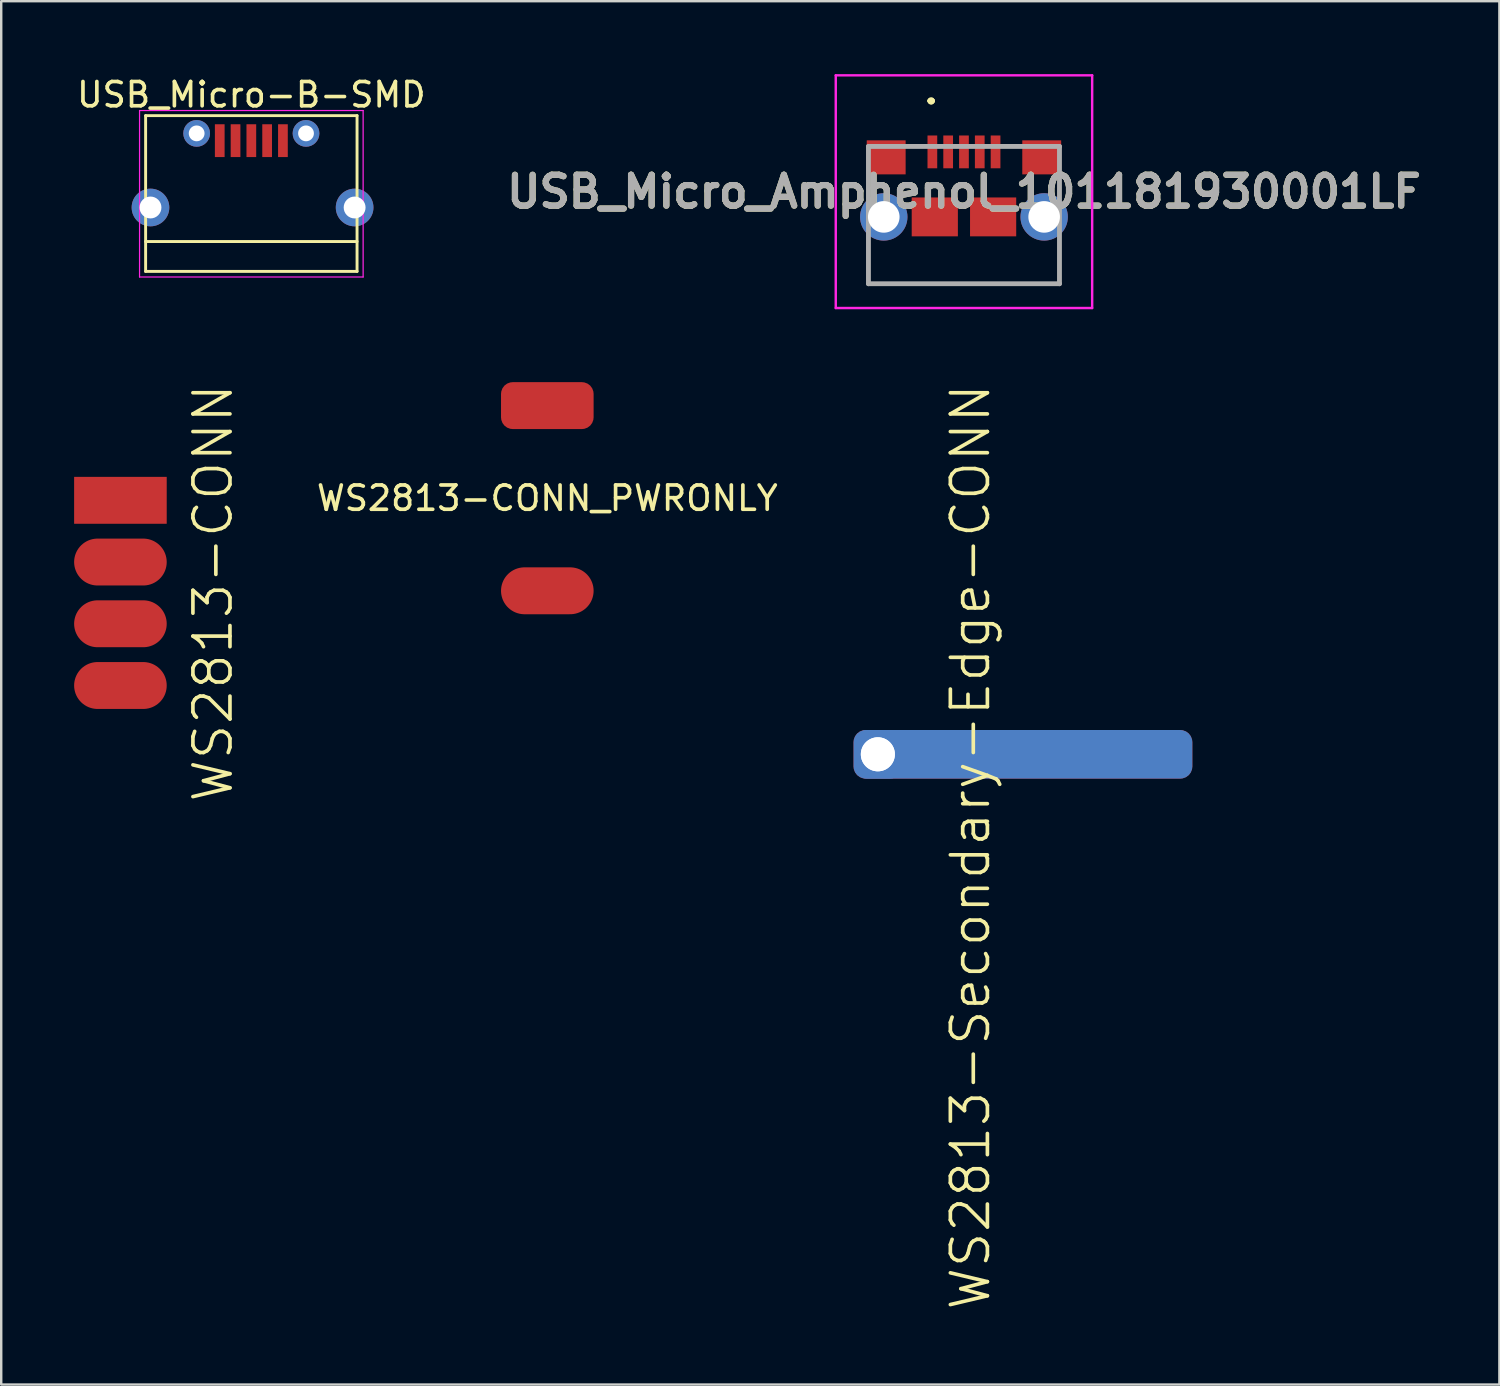
<source format=kicad_pcb>
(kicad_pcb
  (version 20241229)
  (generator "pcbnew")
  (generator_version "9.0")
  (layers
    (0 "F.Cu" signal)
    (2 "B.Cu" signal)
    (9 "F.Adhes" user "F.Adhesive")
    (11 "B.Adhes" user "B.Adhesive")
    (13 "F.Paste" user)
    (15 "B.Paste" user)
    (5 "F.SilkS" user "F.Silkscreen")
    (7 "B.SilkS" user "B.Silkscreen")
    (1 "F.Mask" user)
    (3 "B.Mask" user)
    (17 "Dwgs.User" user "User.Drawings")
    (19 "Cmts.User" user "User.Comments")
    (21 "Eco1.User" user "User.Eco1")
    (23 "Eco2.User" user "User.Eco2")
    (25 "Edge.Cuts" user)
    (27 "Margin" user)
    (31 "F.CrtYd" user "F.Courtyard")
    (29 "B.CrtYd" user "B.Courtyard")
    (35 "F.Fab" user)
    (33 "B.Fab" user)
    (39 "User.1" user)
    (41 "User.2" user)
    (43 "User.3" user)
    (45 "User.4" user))
  (footprint "USB_Micro_Amphenol_101181930001LF"
    (layer "F.Cu")
    (at 36.615 5.8)
    (property "Reference" "USB_Micro_Amphenol_101181930001LF" (at 0 -0.963 0) (layer "F.SilkS") (effects (font (size 1.27 1.27) (thickness 0.254))))
    (attr through_hole)
    (fp_line (start -3.93 2) (end -3.93 2) (stroke (width 0.1) (type solid)) (layer "F.SilkS"))
    (fp_line (start -3.93 2) (end -3.93 2.825) (stroke (width 0.1) (type solid)) (layer "F.SilkS"))
    (fp_line (start -3.93 2.825) (end -3.93 2) (stroke (width 0.1) (type solid)) (layer "F.SilkS"))
    (fp_line (start -3.93 2.825) (end -3.93 2.825) (stroke (width 0.1) (type solid)) (layer "F.SilkS"))
    (fp_line (start -3.93 2.825) (end -3.93 2.825) (stroke (width 0.1) (type solid)) (layer "F.SilkS"))
    (fp_line (start -3.93 2.825) (end 3.93 2.825) (stroke (width 0.1) (type solid)) (layer "F.SilkS"))
    (fp_line (start -1.4 -4.7) (end -1.4 -4.7) (stroke (width 0.2) (type solid)) (layer "F.SilkS"))
    (fp_line (start -1.4 -4.7) (end -1.4 -4.7) (stroke (width 0.2) (type solid)) (layer "F.SilkS"))
    (fp_line (start -1.3 -4.7) (end -1.3 -4.7) (stroke (width 0.2) (type solid)) (layer "F.SilkS"))
    (fp_line (start 3.93 2) (end 3.93 2) (stroke (width 0.1) (type solid)) (layer "F.SilkS"))
    (fp_line (start 3.93 2) (end 3.93 2.825) (stroke (width 0.1) (type solid)) (layer "F.SilkS"))
    (fp_line (start 3.93 2.825) (end -3.93 2.825) (stroke (width 0.1) (type solid)) (layer "F.SilkS"))
    (fp_line (start 3.93 2.825) (end 3.93 2) (stroke (width 0.1) (type solid)) (layer "F.SilkS"))
    (fp_line (start 3.93 2.825) (end 3.93 2.825) (stroke (width 0.1) (type solid)) (layer "F.SilkS"))
    (fp_line (start 3.93 2.825) (end 3.93 2.825) (stroke (width 0.1) (type solid)) (layer "F.SilkS"))
    (fp_arc (start -1.4 -4.7) (mid -1.35 -4.75) (end -1.3 -4.7) (stroke (width 0.2) (type solid)) (layer "F.SilkS"))
    (fp_arc (start -1.3 -4.7) (mid -1.35 -4.65) (end -1.4 -4.7) (stroke (width 0.2) (type solid)) (layer "F.SilkS"))
    (fp_arc (start -1.3 -4.7) (mid -1.35 -4.65) (end -1.4 -4.7) (stroke (width 0.2) (type solid)) (layer "F.SilkS"))
    (fp_line (start -5.275 -5.75) (end 5.275 -5.75) (stroke (width 0.1) (type solid)) (layer "F.CrtYd"))
    (fp_line (start -5.275 3.825) (end -5.275 -5.75) (stroke (width 0.1) (type solid)) (layer "F.CrtYd"))
    (fp_line (start 5.275 -5.75) (end 5.275 3.825) (stroke (width 0.1) (type solid)) (layer "F.CrtYd"))
    (fp_line (start 5.275 3.825) (end -5.275 3.825) (stroke (width 0.1) (type solid)) (layer "F.CrtYd"))
    (fp_line (start -3.93 -2.825) (end -3.93 2.825) (stroke (width 0.2) (type solid)) (layer "F.Fab"))
    (fp_line (start -3.93 2.825) (end 3.93 2.825) (stroke (width 0.2) (type solid)) (layer "F.Fab"))
    (fp_line (start 3.93 -2.825) (end -3.93 -2.825) (stroke (width 0.2) (type solid)) (layer "F.Fab"))
    (fp_line (start 3.93 2.825) (end 3.93 -2.825) (stroke (width 0.2) (type solid)) (layer "F.Fab"))
    (fp_text user "${REFERENCE}" (at 0 -0.963 0) (layer "F.Fab") (effects (font (size 1.27 1.27) (thickness 0.254))))
    (pad "1" smd rect (at -1.3 -2.6) (size 0.4 1.35) (layers "F.Cu" "F.Mask" "F.Paste"))
    (pad "2" smd rect (at -0.65 -2.6) (size 0.4 1.35) (layers "F.Cu" "F.Mask" "F.Paste"))
    (pad "3" smd rect (at 0 -2.6) (size 0.4 1.35) (layers "F.Cu" "F.Mask" "F.Paste"))
    (pad "4" smd rect (at 0.65 -2.6) (size 0.4 1.35) (layers "F.Cu" "F.Mask" "F.Paste"))
    (pad "5" smd rect (at 1.3 -2.6) (size 0.4 1.35) (layers "F.Cu" "F.Mask" "F.Paste"))
    (pad "MH1" thru_hole circle (at -3.3 0.075) (size 1.95 1.95) (drill 1.3) (layers "*.Cu" "*.Mask"))
    (pad "MH2" thru_hole circle (at 3.3 0.075) (size 1.95 1.95) (drill 1.3) (layers "*.Cu" "*.Mask"))
    (pad "MP1" smd rect (at -3.2 -2.375 90) (size 1.4 1.6) (layers "F.Cu" "F.Mask" "F.Paste"))
    (pad "MP2" smd rect (at -1.2 0.075 90) (size 1.6 1.9) (layers "F.Cu" "F.Mask" "F.Paste"))
    (pad "MP3" smd rect (at 1.2 0.075 90) (size 1.6 1.9) (layers "F.Cu" "F.Mask" "F.Paste"))
    (pad "MP4" smd rect (at 3.2 -2.375 90) (size 1.4 1.6) (layers "F.Cu" "F.Mask" "F.Paste")))
  (footprint "WS2813-Secondary-Edge-CONN"
    (layer "F.Cu")
    (at 33.072 27.988)
    (property "Reference" "WS2813-Secondary-Edge-CONN" (at 3.81 3.81 90) (layer "F.SilkS") (effects (font (size 1.524 1.524) (thickness 0.15))))
    (attr exclude_from_pos_files exclude_from_bom)
    (pad "1" thru_hole roundrect (at 0 0) (size 2 2) (drill 1.4) (layers "B.Cu") (roundrect_rratio 0.25))
    (pad "1" thru_hole roundrect (at 0 0) (size 13.88 2) (drill 1.4 (offset 6 0)) (layers "F.Cu" "F.Mask") (roundrect_rratio 0.25)))
  (footprint "WS2813-CONN_PWRONLY"
    (layer "F.Cu")
    (at 19.471 13.64)
    (property "Reference" "WS2813-CONN_PWRONLY" (at 0 3.81 0) (layer "F.SilkS") (effects (font (size 1 1) (thickness 0.15))))
    (attr exclude_from_pos_files exclude_from_bom)
    (pad "1" smd roundrect (at 0 0) (size 3.81 1.93) (layers "F.Cu" "F.Mask" "F.Paste") (roundrect_rratio 0.25))
    (pad "2" smd oval (at 0 7.62) (size 3.81 1.93) (layers "F.Cu" "F.Mask" "F.Paste")))
  (footprint "USB_Micro-B-SMD"
    (layer "F.Cu")
    (at 7.292 4.088)
    (property "Reference" "USB_Micro-B-SMD" (at 0 -3.24 0) (layer "F.SilkS") (effects (font (size 1 1) (thickness 0.15))))
    (attr smd)
    (fp_line (start -4.35 -2.38) (end 4.35 -2.38) (stroke (width 0.12) (type solid)) (layer "F.SilkS"))
    (fp_line (start -4.35 4.03) (end -4.35 -2.38) (stroke (width 0.12) (type solid)) (layer "F.SilkS"))
    (fp_line (start -4.35 4.03) (end 4.35 4.03) (stroke (width 0.12) (type solid)) (layer "F.SilkS"))
    (fp_line (start 4.35 -2.38) (end 4.35 4.03) (stroke (width 0.12) (type solid)) (layer "F.SilkS"))
    (fp_line (start 4.35 2.8) (end -4.35 2.8) (stroke (width 0.12) (type solid)) (layer "F.SilkS"))
    (fp_line (start -4.6 -2.59) (end 4.6 -2.59) (stroke (width 0.05) (type solid)) (layer "F.CrtYd"))
    (fp_line (start -4.6 4.26) (end -4.6 -2.59) (stroke (width 0.05) (type solid)) (layer "F.CrtYd"))
    (fp_line (start 4.6 -2.59) (end 4.6 4.26) (stroke (width 0.05) (type solid)) (layer "F.CrtYd"))
    (fp_line (start 4.6 4.26) (end -4.6 4.26) (stroke (width 0.05) (type solid)) (layer "F.CrtYd"))
    (pad "1" smd rect (at -1.3 -1.35 90) (size 1.35 0.4) (layers "F.Cu" "F.Mask" "F.Paste"))
    (pad "2" smd rect (at -0.65 -1.35 90) (size 1.35 0.4) (layers "F.Cu" "F.Mask" "F.Paste"))
    (pad "3" smd rect (at 0 -1.35 90) (size 1.35 0.4) (layers "F.Cu" "F.Mask" "F.Paste"))
    (pad "4" smd rect (at 0.65 -1.35 90) (size 1.35 0.4) (layers "F.Cu" "F.Mask" "F.Paste"))
    (pad "5" smd rect (at 1.3 -1.35 90) (size 1.35 0.4) (layers "F.Cu" "F.Mask" "F.Paste"))
    (pad "6" thru_hole circle (at -4.15 1.4 90) (size 1.55 1.55) (drill 0.9) (layers "*.Cu" "*.Mask"))
    (pad "6" thru_hole circle (at -2.25 -1.65) (size 1.1 1.1) (drill 0.65) (layers "*.Cu" "*.Mask"))
    (pad "6" thru_hole circle (at 2.25 -1.65) (size 1.1 1.1) (drill 0.65) (layers "*.Cu" "*.Mask"))
    (pad "6" thru_hole circle (at 4.25 1.4 90) (size 1.55 1.55) (drill 0.9) (layers "*.Cu" "*.Mask")))
  (footprint "WS2813-CONN"
    (layer "F.Cu")
    (at 1.905 17.537)
    (property "Reference" "WS2813-CONN" (at 3.81 3.81 90) (layer "F.SilkS") (effects (font (size 1.524 1.524) (thickness 0.15))))
    (attr exclude_from_pos_files exclude_from_bom)
    (pad "1" smd rect (at 0 0) (size 3.81 1.93) (layers "F.Cu" "F.Mask" "F.Paste"))
    (pad "2" smd oval (at 0 2.54) (size 3.81 1.93) (layers "F.Cu" "F.Mask" "F.Paste"))
    (pad "3" smd oval (at 0 5.08) (size 3.81 1.93) (layers "F.Cu" "F.Mask" "F.Paste"))
    (pad "4" smd oval (at 0 7.62) (size 3.81 1.93) (layers "F.Cu" "F.Mask" "F.Paste")))
  (gr_rect
    (start -3 -3)
    (end 58.647 53.92)
    (stroke (width 0.1) (type default))
    (fill no)
    (layer "Edge.Cuts")))
</source>
